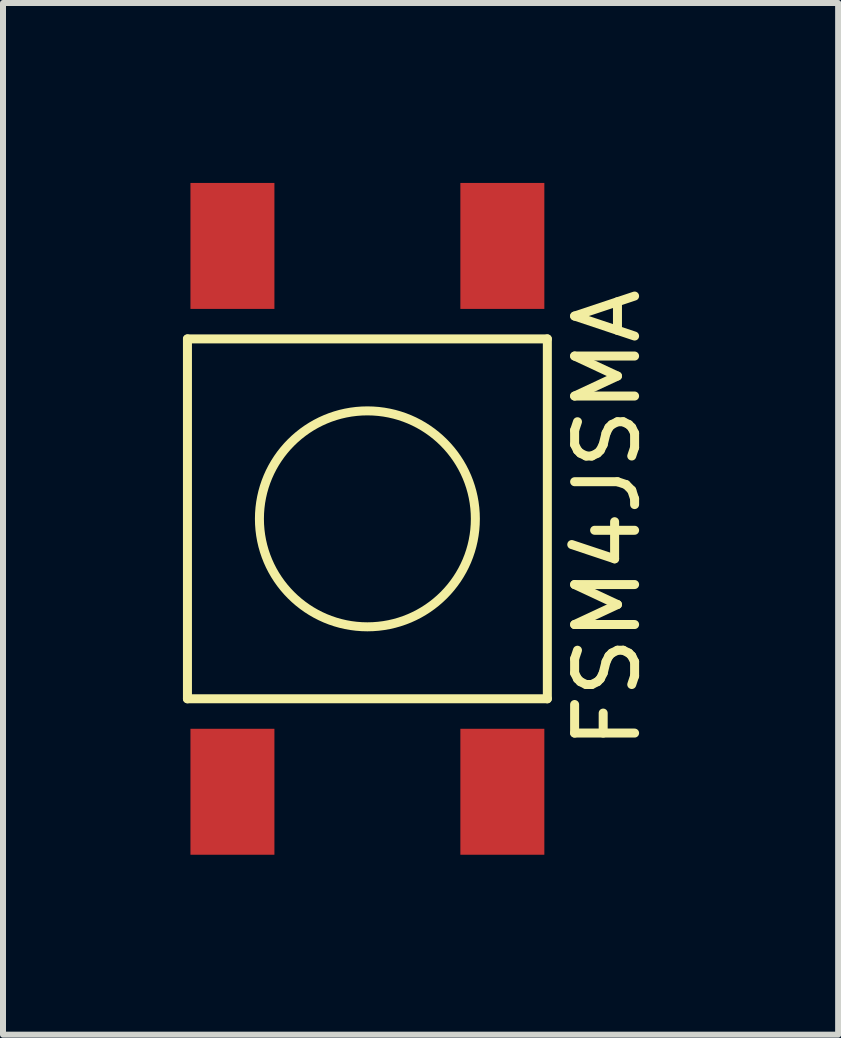
<source format=kicad_pcb>
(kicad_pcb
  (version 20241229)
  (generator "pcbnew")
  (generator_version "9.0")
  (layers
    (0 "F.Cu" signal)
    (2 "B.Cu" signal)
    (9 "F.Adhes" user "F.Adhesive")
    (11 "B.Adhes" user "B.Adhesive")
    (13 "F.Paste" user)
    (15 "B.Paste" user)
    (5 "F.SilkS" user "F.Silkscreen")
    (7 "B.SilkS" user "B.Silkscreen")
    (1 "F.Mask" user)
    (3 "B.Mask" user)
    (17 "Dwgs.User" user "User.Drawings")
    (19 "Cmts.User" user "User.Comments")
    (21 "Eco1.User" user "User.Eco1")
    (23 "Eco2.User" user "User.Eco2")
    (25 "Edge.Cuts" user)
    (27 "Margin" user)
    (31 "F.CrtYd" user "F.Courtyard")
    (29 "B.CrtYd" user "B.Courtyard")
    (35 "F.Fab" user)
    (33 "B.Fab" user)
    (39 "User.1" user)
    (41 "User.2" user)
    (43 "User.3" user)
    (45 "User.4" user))
  (footprint "FSM4JSMA"
    (layer "F.Cu")
    (at 3.075 5.6)
    (property "Reference" "FSM4JSMA" (at 4 0 90) (layer "F.SilkS") (effects (font (size 1 1) (thickness 0.15))))
    (attr through_hole)
    (fp_line (start -3 -3) (end 3 -3) (stroke (width 0.15) (type solid)) (layer "F.SilkS"))
    (fp_line (start -3 3) (end -3 -3) (stroke (width 0.15) (type solid)) (layer "F.SilkS"))
    (fp_line (start 3 -3) (end 3 3) (stroke (width 0.15) (type solid)) (layer "F.SilkS"))
    (fp_line (start 3 3) (end -3 3) (stroke (width 0.15) (type solid)) (layer "F.SilkS"))
    (fp_circle (center 0 0) (end 1.8 0) (stroke (width 0.15) (type solid)) (fill no) (layer "F.SilkS"))
    (pad "1" smd rect (at 2.25 -4.55) (size 1.4 2.1) (layers "F.Cu" "F.Mask" "F.Paste"))
    (pad "2" smd rect (at 2.25 4.55) (size 1.4 2.1) (layers "F.Cu" "F.Mask" "F.Paste"))
    (pad "3" smd rect (at -2.25 -4.55) (size 1.4 2.1) (layers "F.Cu" "F.Mask" "F.Paste"))
    (pad "4" smd rect (at -2.25 4.55) (size 1.4 2.1) (layers "F.Cu" "F.Mask" "F.Paste")))
  (gr_rect
    (start -3 -3)
    (end 10.923 14.2)
    (stroke (width 0.1) (type default))
    (fill no)
    (layer "Edge.Cuts")))
</source>
